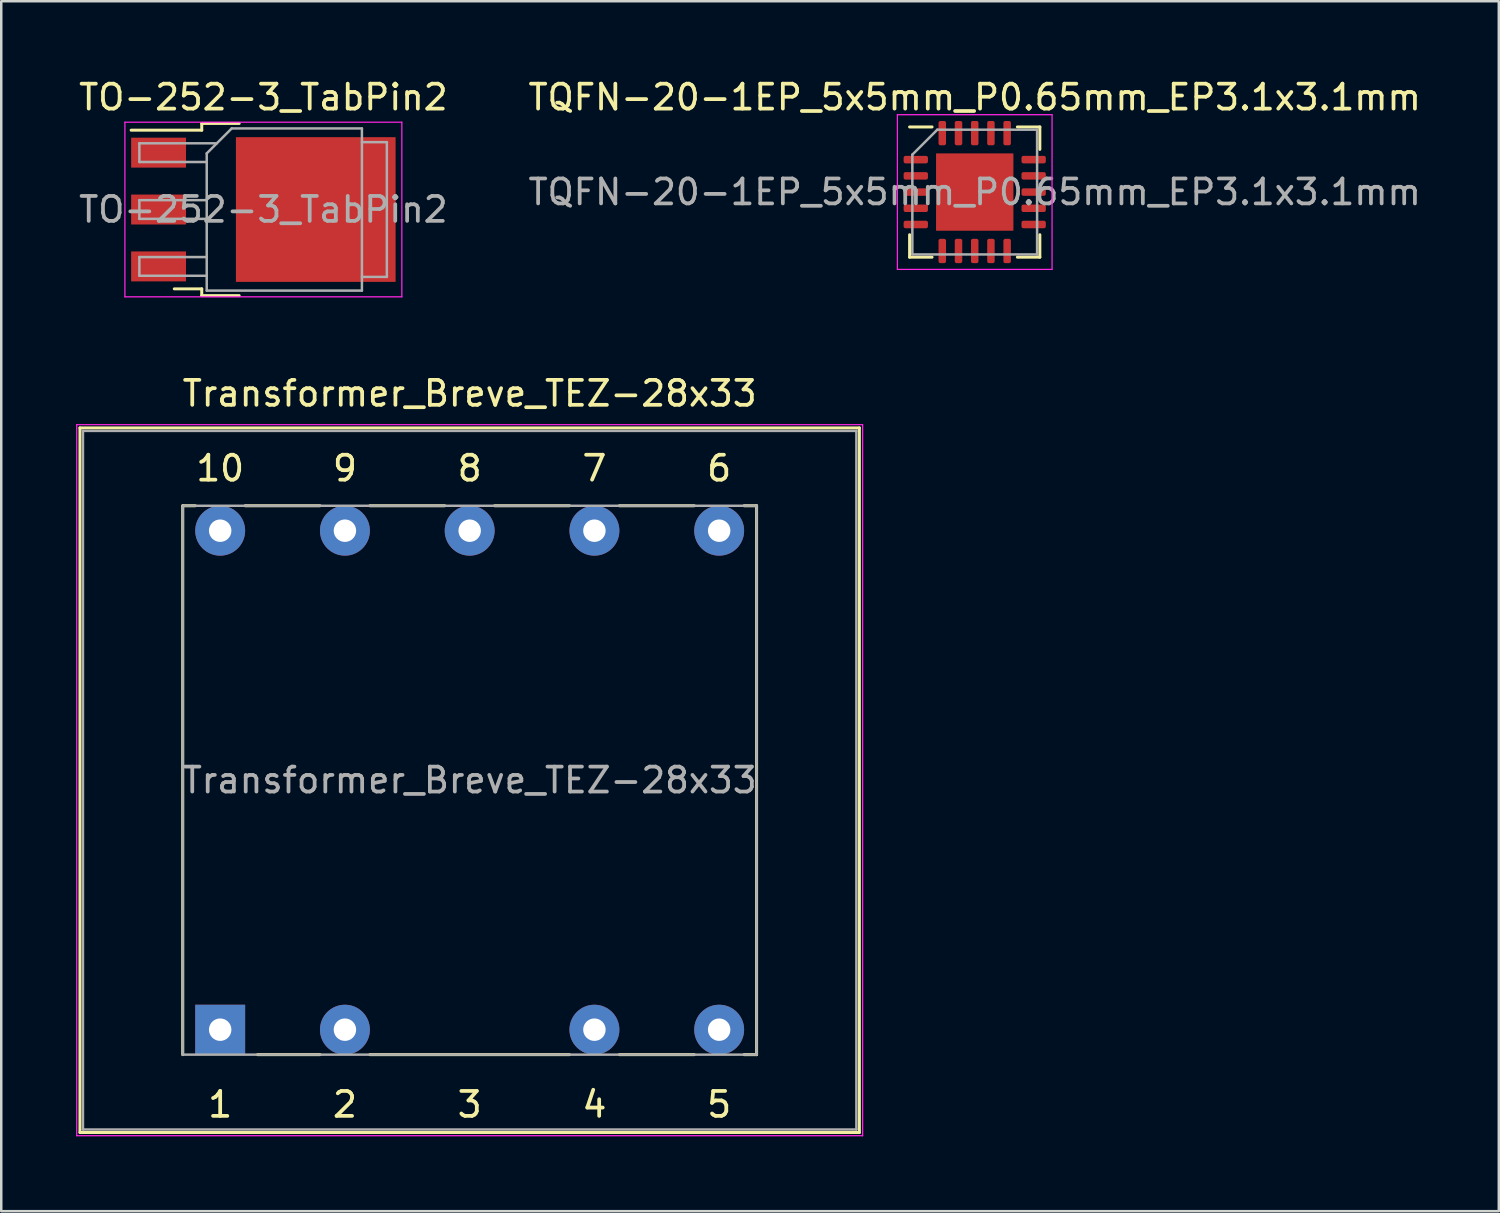
<source format=kicad_pcb>
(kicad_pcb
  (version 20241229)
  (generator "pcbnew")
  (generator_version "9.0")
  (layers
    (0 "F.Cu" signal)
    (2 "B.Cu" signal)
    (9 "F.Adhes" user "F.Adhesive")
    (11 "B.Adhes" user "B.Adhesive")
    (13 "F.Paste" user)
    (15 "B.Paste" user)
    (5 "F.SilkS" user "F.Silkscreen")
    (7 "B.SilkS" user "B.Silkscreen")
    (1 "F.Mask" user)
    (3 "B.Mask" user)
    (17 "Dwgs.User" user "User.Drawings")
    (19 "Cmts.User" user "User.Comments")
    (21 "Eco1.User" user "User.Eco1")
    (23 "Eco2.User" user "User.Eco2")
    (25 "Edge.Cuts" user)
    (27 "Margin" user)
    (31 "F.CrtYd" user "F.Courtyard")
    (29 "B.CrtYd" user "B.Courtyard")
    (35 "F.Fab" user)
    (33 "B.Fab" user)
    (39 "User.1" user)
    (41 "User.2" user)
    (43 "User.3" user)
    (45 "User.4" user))
  (footprint "Transformer_Breve_TEZ-28x33"
    (layer "F.Cu")
    (at 5.775 38.221)
    (property "Reference" "Transformer_Breve_TEZ-28x33" (at 10 -25.5 0) (layer "F.SilkS") (effects (font (size 1 1) (thickness 0.15))))
    (attr through_hole)
    (fp_line (start -5.62 -24.12) (end -5.62 4.12) (stroke (width 0.12) (type solid)) (layer "F.SilkS"))
    (fp_line (start -5.62 -24.12) (end 25.62 -24.12) (stroke (width 0.12) (type solid)) (layer "F.SilkS"))
    (fp_line (start -1.5 -21) (end -1.5 1) (stroke (width 0.12) (type solid)) (layer "F.SilkS"))
    (fp_line (start -1 -21) (end -1.5 -21) (stroke (width 0.12) (type solid)) (layer "F.SilkS"))
    (fp_line (start 1.5 1) (end 4 1) (stroke (width 0.12) (type solid)) (layer "F.SilkS"))
    (fp_line (start 4 -21) (end 1 -21) (stroke (width 0.12) (type solid)) (layer "F.SilkS"))
    (fp_line (start 6 1) (end 14 1) (stroke (width 0.12) (type solid)) (layer "F.SilkS"))
    (fp_line (start 9 -21) (end 6 -21) (stroke (width 0.12) (type solid)) (layer "F.SilkS"))
    (fp_line (start 14 -21) (end 11 -21) (stroke (width 0.12) (type solid)) (layer "F.SilkS"))
    (fp_line (start 16 1) (end 19 1) (stroke (width 0.12) (type solid)) (layer "F.SilkS"))
    (fp_line (start 19 -21) (end 16 -21) (stroke (width 0.12) (type solid)) (layer "F.SilkS"))
    (fp_line (start 21 1) (end 21.5 1) (stroke (width 0.12) (type solid)) (layer "F.SilkS"))
    (fp_line (start 21.5 -21) (end 21 -21) (stroke (width 0.12) (type solid)) (layer "F.SilkS"))
    (fp_line (start 21.5 1) (end 21.5 -21) (stroke (width 0.12) (type solid)) (layer "F.SilkS"))
    (fp_line (start 25.62 4.12) (end -5.62 4.12) (stroke (width 0.12) (type solid)) (layer "F.SilkS"))
    (fp_line (start 25.62 4.12) (end 25.62 -24.12) (stroke (width 0.12) (type solid)) (layer "F.SilkS"))
    (fp_line (start -5.75 -24.25) (end -5.75 4.25) (stroke (width 0.05) (type solid)) (layer "F.CrtYd"))
    (fp_line (start -5.75 -24.25) (end 25.75 -24.25) (stroke (width 0.05) (type solid)) (layer "F.CrtYd"))
    (fp_line (start 25.75 4.25) (end -5.75 4.25) (stroke (width 0.05) (type solid)) (layer "F.CrtYd"))
    (fp_line (start 25.75 4.25) (end 25.75 -24.25) (stroke (width 0.05) (type solid)) (layer "F.CrtYd"))
    (fp_line (start -5.5 -24) (end 25.5 -24) (stroke (width 0.1) (type solid)) (layer "F.Fab"))
    (fp_line (start -5.5 4) (end -5.5 -24) (stroke (width 0.1) (type solid)) (layer "F.Fab"))
    (fp_line (start -1.5 -21) (end -1.5 1) (stroke (width 0.1) (type solid)) (layer "F.Fab"))
    (fp_line (start -1.5 1) (end 21.5 1) (stroke (width 0.1) (type solid)) (layer "F.Fab"))
    (fp_line (start 21.5 -21) (end -1.5 -21) (stroke (width 0.1) (type solid)) (layer "F.Fab"))
    (fp_line (start 21.5 1) (end 21.5 -21) (stroke (width 0.1) (type solid)) (layer "F.Fab"))
    (fp_line (start 25.5 -24) (end 25.5 4) (stroke (width 0.1) (type solid)) (layer "F.Fab"))
    (fp_line (start 25.5 4) (end -5.5 4) (stroke (width 0.1) (type solid)) (layer "F.Fab"))
    (fp_text user "8" (at 10 -22.5 0) (layer "F.SilkS") (effects (font (size 1 1) (thickness 0.15))))
    (fp_text user "9" (at 5 -22.5 0) (layer "F.SilkS") (effects (font (size 1 1) (thickness 0.15))))
    (fp_text user "7" (at 15 -22.5 0) (layer "F.SilkS") (effects (font (size 1 1) (thickness 0.15))))
    (fp_text user "5" (at 20 3 0) (layer "F.SilkS") (effects (font (size 1 1) (thickness 0.15))))
    (fp_text user "4" (at 15 3 0) (layer "F.SilkS") (effects (font (size 1 1) (thickness 0.15))))
    (fp_text user "10" (at 0 -22.5 0) (layer "F.SilkS") (effects (font (size 1 1) (thickness 0.15))))
    (fp_text user "6" (at 20 -22.5 0) (layer "F.SilkS") (effects (font (size 1 1) (thickness 0.15))))
    (fp_text user "2" (at 5 3 0) (layer "F.SilkS") (effects (font (size 1 1) (thickness 0.15))))
    (fp_text user "3" (at 10 3 0) (layer "F.SilkS") (effects (font (size 1 1) (thickness 0.15))))
    (fp_text user "1" (at 0 3 0) (layer "F.SilkS") (effects (font (size 1 1) (thickness 0.15))))
    (fp_text user "${REFERENCE}" (at 10 -10 0) (layer "F.Fab") (effects (font (size 1 1) (thickness 0.15))))
    (pad "1" thru_hole rect (at 0 0) (size 2 2) (drill 0.9) (layers "*.Cu" "*.Mask"))
    (pad "2" thru_hole circle (at 5 0) (size 2 2) (drill 0.9) (layers "*.Cu" "*.Mask"))
    (pad "4" thru_hole circle (at 15 0) (size 2 2) (drill 0.9) (layers "*.Cu" "*.Mask"))
    (pad "5" thru_hole circle (at 20 0) (size 2 2) (drill 0.9) (layers "*.Cu" "*.Mask"))
    (pad "6" thru_hole circle (at 20 -20) (size 2 2) (drill 0.9) (layers "*.Cu" "*.Mask"))
    (pad "7" thru_hole circle (at 15 -20) (size 2 2) (drill 0.9) (layers "*.Cu" "*.Mask"))
    (pad "8" thru_hole circle (at 10 -20) (size 2 2) (drill 0.9) (layers "*.Cu" "*.Mask"))
    (pad "9" thru_hole circle (at 5 -20) (size 2 2) (drill 0.9) (layers "*.Cu" "*.Mask"))
    (pad "10" thru_hole circle (at 0 -20) (size 2 2) (drill 0.9) (layers "*.Cu" "*.Mask")))
  (footprint "TQFN-20-1EP_5x5mm_P0.65mm_EP3.1x3.1mm"
    (layer "F.Cu")
    (at 36.018 4.648)
    (property "Reference" "TQFN-20-1EP_5x5mm_P0.65mm_EP3.1x3.1mm" (at 0 -3.8 0) (layer "F.SilkS") (effects (font (size 1 1) (thickness 0.15))))
    (attr smd)
    (fp_line (start -2.61 2.61) (end -2.61 1.71) (stroke (width 0.12) (type solid)) (layer "F.SilkS"))
    (fp_line (start -1.71 -2.61) (end -2.61 -2.61) (stroke (width 0.12) (type solid)) (layer "F.SilkS"))
    (fp_line (start -1.71 2.61) (end -2.61 2.61) (stroke (width 0.12) (type solid)) (layer "F.SilkS"))
    (fp_line (start 1.71 -2.61) (end 2.61 -2.61) (stroke (width 0.12) (type solid)) (layer "F.SilkS"))
    (fp_line (start 1.71 2.61) (end 2.61 2.61) (stroke (width 0.12) (type solid)) (layer "F.SilkS"))
    (fp_line (start 2.61 -2.61) (end 2.61 -1.71) (stroke (width 0.12) (type solid)) (layer "F.SilkS"))
    (fp_line (start 2.61 2.61) (end 2.61 1.71) (stroke (width 0.12) (type solid)) (layer "F.SilkS"))
    (fp_line (start -3.1 -3.1) (end -3.1 3.1) (stroke (width 0.05) (type solid)) (layer "F.CrtYd"))
    (fp_line (start -3.1 3.1) (end 3.1 3.1) (stroke (width 0.05) (type solid)) (layer "F.CrtYd"))
    (fp_line (start 3.1 -3.1) (end -3.1 -3.1) (stroke (width 0.05) (type solid)) (layer "F.CrtYd"))
    (fp_line (start 3.1 3.1) (end 3.1 -3.1) (stroke (width 0.05) (type solid)) (layer "F.CrtYd"))
    (fp_line (start -2.5 -1.5) (end -1.5 -2.5) (stroke (width 0.1) (type solid)) (layer "F.Fab"))
    (fp_line (start -2.5 2.5) (end -2.5 -1.5) (stroke (width 0.1) (type solid)) (layer "F.Fab"))
    (fp_line (start -1.5 -2.5) (end 2.5 -2.5) (stroke (width 0.1) (type solid)) (layer "F.Fab"))
    (fp_line (start 2.5 -2.5) (end 2.5 2.5) (stroke (width 0.1) (type solid)) (layer "F.Fab"))
    (fp_line (start 2.5 2.5) (end -2.5 2.5) (stroke (width 0.1) (type solid)) (layer "F.Fab"))
    (fp_text user "${REFERENCE}" (at 0 0 0) (layer "F.Fab") (effects (font (size 1 1) (thickness 0.15))))
    (pad "" smd roundrect (at -0.775 -0.775) (size 1.25 1.25) (layers "F.Paste") (roundrect_rratio 0.2))
    (pad "" smd roundrect (at -0.775 0.775) (size 1.25 1.25) (layers "F.Paste") (roundrect_rratio 0.2))
    (pad "" smd roundrect (at 0.775 -0.775) (size 1.25 1.25) (layers "F.Paste") (roundrect_rratio 0.2))
    (pad "" smd roundrect (at 0.775 0.775) (size 1.25 1.25) (layers "F.Paste") (roundrect_rratio 0.2))
    (pad "1" smd roundrect (at -2.362 -1.3) (size 0.975 0.3) (layers "F.Cu" "F.Mask" "F.Paste") (roundrect_rratio 0.25))
    (pad "2" smd roundrect (at -2.362 -0.65) (size 0.975 0.3) (layers "F.Cu" "F.Mask" "F.Paste") (roundrect_rratio 0.25))
    (pad "3" smd roundrect (at -2.362 0) (size 0.975 0.3) (layers "F.Cu" "F.Mask" "F.Paste") (roundrect_rratio 0.25))
    (pad "4" smd roundrect (at -2.362 0.65) (size 0.975 0.3) (layers "F.Cu" "F.Mask" "F.Paste") (roundrect_rratio 0.25))
    (pad "5" smd roundrect (at -2.362 1.3) (size 0.975 0.3) (layers "F.Cu" "F.Mask" "F.Paste") (roundrect_rratio 0.25))
    (pad "6" smd roundrect (at -1.3 2.362) (size 0.3 0.975) (layers "F.Cu" "F.Mask" "F.Paste") (roundrect_rratio 0.25))
    (pad "7" smd roundrect (at -0.65 2.362) (size 0.3 0.975) (layers "F.Cu" "F.Mask" "F.Paste") (roundrect_rratio 0.25))
    (pad "8" smd roundrect (at 0 2.362) (size 0.3 0.975) (layers "F.Cu" "F.Mask" "F.Paste") (roundrect_rratio 0.25))
    (pad "9" smd roundrect (at 0.65 2.362) (size 0.3 0.975) (layers "F.Cu" "F.Mask" "F.Paste") (roundrect_rratio 0.25))
    (pad "10" smd roundrect (at 1.3 2.362) (size 0.3 0.975) (layers "F.Cu" "F.Mask" "F.Paste") (roundrect_rratio 0.25))
    (pad "11" smd roundrect (at 2.362 1.3) (size 0.975 0.3) (layers "F.Cu" "F.Mask" "F.Paste") (roundrect_rratio 0.25))
    (pad "12" smd roundrect (at 2.362 0.65) (size 0.975 0.3) (layers "F.Cu" "F.Mask" "F.Paste") (roundrect_rratio 0.25))
    (pad "13" smd roundrect (at 2.362 0) (size 0.975 0.3) (layers "F.Cu" "F.Mask" "F.Paste") (roundrect_rratio 0.25))
    (pad "14" smd roundrect (at 2.362 -0.65) (size 0.975 0.3) (layers "F.Cu" "F.Mask" "F.Paste") (roundrect_rratio 0.25))
    (pad "15" smd roundrect (at 2.362 -1.3) (size 0.975 0.3) (layers "F.Cu" "F.Mask" "F.Paste") (roundrect_rratio 0.25))
    (pad "16" smd roundrect (at 1.3 -2.362) (size 0.3 0.975) (layers "F.Cu" "F.Mask" "F.Paste") (roundrect_rratio 0.25))
    (pad "17" smd roundrect (at 0.65 -2.362) (size 0.3 0.975) (layers "F.Cu" "F.Mask" "F.Paste") (roundrect_rratio 0.25))
    (pad "18" smd roundrect (at 0 -2.362) (size 0.3 0.975) (layers "F.Cu" "F.Mask" "F.Paste") (roundrect_rratio 0.25))
    (pad "19" smd roundrect (at -0.65 -2.362) (size 0.3 0.975) (layers "F.Cu" "F.Mask" "F.Paste") (roundrect_rratio 0.25))
    (pad "20" smd roundrect (at -1.3 -2.362) (size 0.3 0.975) (layers "F.Cu" "F.Mask" "F.Paste") (roundrect_rratio 0.25))
    (pad "21" smd rect (at 0 0) (size 3.1 3.1) (layers "F.Cu" "F.Mask")))
  (footprint "TO-252-3_TabPin2"
    (layer "F.Cu")
    (at 7.506 5.348)
    (property "Reference" "TO-252-3_TabPin2" (at 0 -4.5 0) (layer "F.SilkS") (effects (font (size 1 1) (thickness 0.15))))
    (attr smd)
    (fp_line (start -2.47 -3.45) (end -2.47 -3.18) (stroke (width 0.12) (type solid)) (layer "F.SilkS"))
    (fp_line (start -2.47 -3.18) (end -5.3 -3.18) (stroke (width 0.12) (type solid)) (layer "F.SilkS"))
    (fp_line (start -2.47 3.18) (end -3.57 3.18) (stroke (width 0.12) (type solid)) (layer "F.SilkS"))
    (fp_line (start -2.47 3.45) (end -2.47 3.18) (stroke (width 0.12) (type solid)) (layer "F.SilkS"))
    (fp_line (start -0.97 -3.45) (end -2.47 -3.45) (stroke (width 0.12) (type solid)) (layer "F.SilkS"))
    (fp_line (start -0.97 3.45) (end -2.47 3.45) (stroke (width 0.12) (type solid)) (layer "F.SilkS"))
    (fp_line (start -5.55 -3.5) (end -5.55 3.5) (stroke (width 0.05) (type solid)) (layer "F.CrtYd"))
    (fp_line (start -5.55 3.5) (end 5.55 3.5) (stroke (width 0.05) (type solid)) (layer "F.CrtYd"))
    (fp_line (start 5.55 -3.5) (end -5.55 -3.5) (stroke (width 0.05) (type solid)) (layer "F.CrtYd"))
    (fp_line (start 5.55 3.5) (end 5.55 -3.5) (stroke (width 0.05) (type solid)) (layer "F.CrtYd"))
    (fp_line (start -4.97 -2.655) (end -4.97 -1.905) (stroke (width 0.1) (type solid)) (layer "F.Fab"))
    (fp_line (start -4.97 -1.905) (end -2.27 -1.905) (stroke (width 0.1) (type solid)) (layer "F.Fab"))
    (fp_line (start -4.97 -0.375) (end -4.97 0.375) (stroke (width 0.1) (type solid)) (layer "F.Fab"))
    (fp_line (start -4.97 0.375) (end -2.27 0.375) (stroke (width 0.1) (type solid)) (layer "F.Fab"))
    (fp_line (start -4.97 1.905) (end -4.97 2.655) (stroke (width 0.1) (type solid)) (layer "F.Fab"))
    (fp_line (start -4.97 2.655) (end -2.27 2.655) (stroke (width 0.1) (type solid)) (layer "F.Fab"))
    (fp_line (start -2.27 -2.25) (end -1.27 -3.25) (stroke (width 0.1) (type solid)) (layer "F.Fab"))
    (fp_line (start -2.27 -0.375) (end -4.97 -0.375) (stroke (width 0.1) (type solid)) (layer "F.Fab"))
    (fp_line (start -2.27 1.905) (end -4.97 1.905) (stroke (width 0.1) (type solid)) (layer "F.Fab"))
    (fp_line (start -2.27 3.25) (end -2.27 -2.25) (stroke (width 0.1) (type solid)) (layer "F.Fab"))
    (fp_line (start -1.865 -2.655) (end -4.97 -2.655) (stroke (width 0.1) (type solid)) (layer "F.Fab"))
    (fp_line (start -1.27 -3.25) (end 3.95 -3.25) (stroke (width 0.1) (type solid)) (layer "F.Fab"))
    (fp_line (start 3.95 -3.25) (end 3.95 3.25) (stroke (width 0.1) (type solid)) (layer "F.Fab"))
    (fp_line (start 3.95 -2.7) (end 4.95 -2.7) (stroke (width 0.1) (type solid)) (layer "F.Fab"))
    (fp_line (start 3.95 3.25) (end -2.27 3.25) (stroke (width 0.1) (type solid)) (layer "F.Fab"))
    (fp_line (start 4.95 -2.7) (end 4.95 2.7) (stroke (width 0.1) (type solid)) (layer "F.Fab"))
    (fp_line (start 4.95 2.7) (end 3.95 2.7) (stroke (width 0.1) (type solid)) (layer "F.Fab"))
    (fp_text user "${REFERENCE}" (at 0 0 0) (layer "F.Fab") (effects (font (size 1 1) (thickness 0.15))))
    (pad "" smd rect (at 0.425 -1.525) (size 3.05 2.75) (layers "F.Paste"))
    (pad "" smd rect (at 0.425 1.525) (size 3.05 2.75) (layers "F.Paste"))
    (pad "" smd rect (at 3.775 -1.525) (size 3.05 2.75) (layers "F.Paste"))
    (pad "" smd rect (at 3.775 1.525) (size 3.05 2.75) (layers "F.Paste"))
    (pad "1" smd rect (at -4.2 -2.28) (size 2.2 1.2) (layers "F.Cu" "F.Mask" "F.Paste"))
    (pad "2" smd rect (at -4.2 0) (size 2.2 1.2) (layers "F.Cu" "F.Mask" "F.Paste"))
    (pad "2" smd rect (at 2.1 0) (size 6.4 5.8) (layers "F.Cu" "F.Mask"))
    (pad "3" smd rect (at -4.2 2.28) (size 2.2 1.2) (layers "F.Cu" "F.Mask" "F.Paste")))
  (gr_rect
    (start -3 -3)
    (end 57.024 45.496)
    (stroke (width 0.1) (type default))
    (fill no)
    (layer "Edge.Cuts")))
</source>
